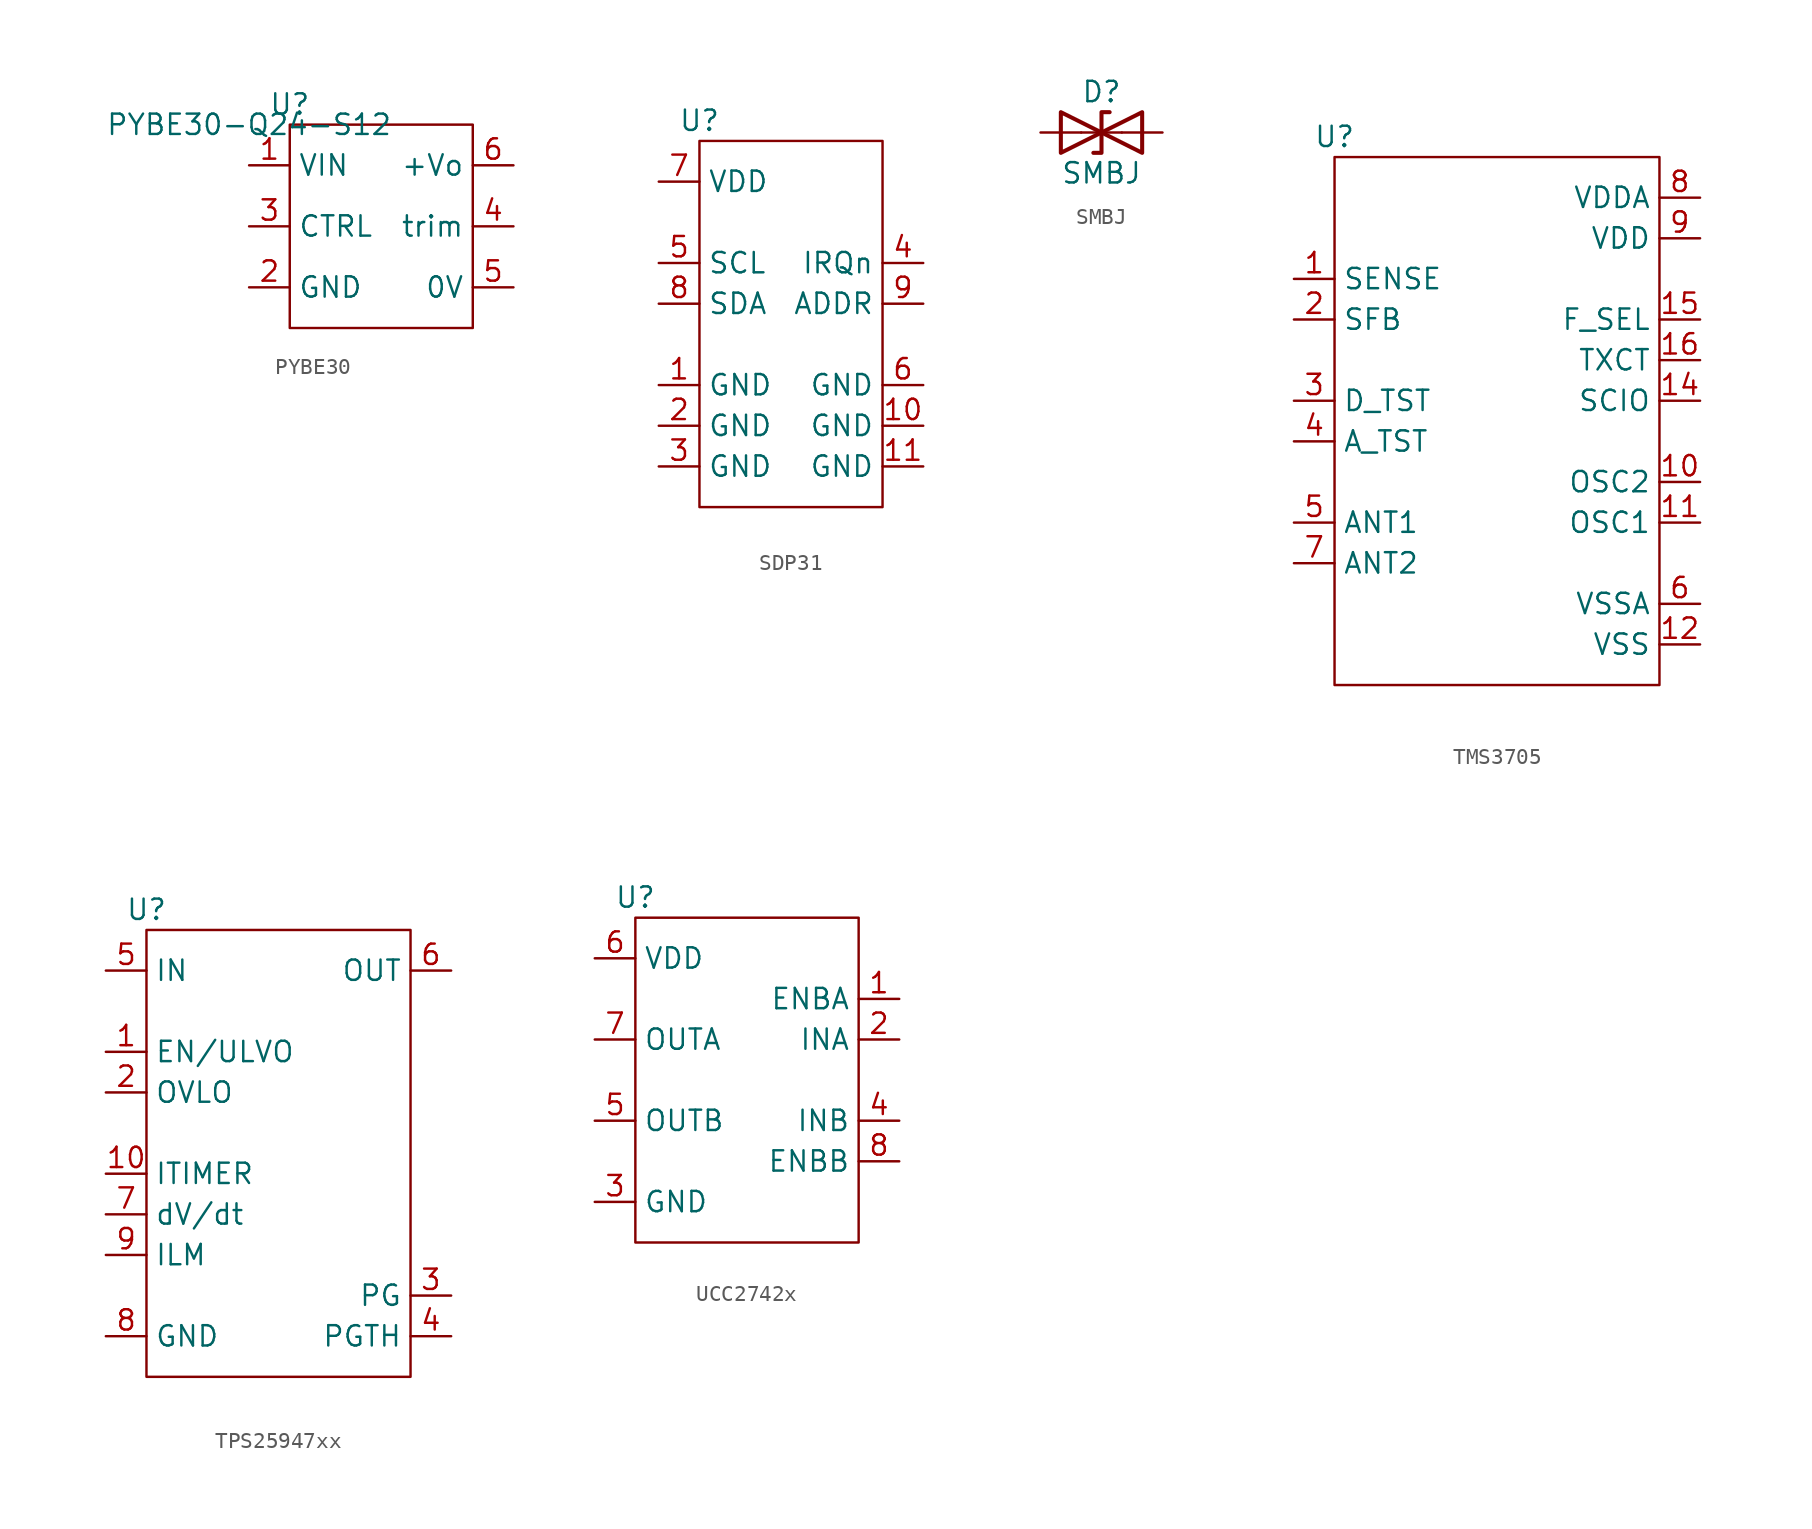
<source format=kicad_sym>
(kicad_symbol_lib
  (version 20220914)
  (generator kicad_symbol_editor)
  (symbol "PYBE30"
    (property "Reference" "U"
      (at 0 0 0)
      (effects (font (size 1.27 1.27))))
    (property "Value" "PYBE30-Q24-S12"
      (at -2.54 -1.27 0)
      (effects (font (size 1.27 1.27))))
    (symbol "PYBE30_0_1"
      (rectangle (start 0 -1.27) (end 11.43 -13.97) (stroke (width 0) (type default)) (fill (type none))))
    (symbol "PYBE30_1_1"
      (pin power_in line (at -2.54 -3.81 0) (length 2.54) (name "VIN" (effects (font (size 1.27 1.27)))) (number "1" (effects (font (size 1.27 1.27)))))
      (pin power_out line (at -2.54 -11.43 0) (length 2.54) (name "GND" (effects (font (size 1.27 1.27)))) (number "2" (effects (font (size 1.27 1.27)))))
      (pin input line (at -2.54 -7.62 0) (length 2.54) (name "CTRL" (effects (font (size 1.27 1.27)))) (number "3" (effects (font (size 1.27 1.27)))))
      (pin input line (at 13.97 -7.62 180) (length 2.54) (name "trim" (effects (font (size 1.27 1.27)))) (number "4" (effects (font (size 1.27 1.27)))))
      (pin power_in line (at 13.97 -11.43 180) (length 2.54) (name "0V" (effects (font (size 1.27 1.27)))) (number "5" (effects (font (size 1.27 1.27)))))
      (pin power_out line (at 13.97 -3.81 180) (length 2.54) (name "+Vo" (effects (font (size 1.27 1.27)))) (number "6" (effects (font (size 1.27 1.27)))))))
  (symbol "SDP31"
    (property "Reference" "U"
      (at 0 0 0)
      (effects (font (size 1.27 1.27))))
    (property "Value" ""
      (at 0 0 0)
      (effects (font (size 1.27 1.27))))
    (symbol "SDP31_0_1"
      (rectangle (start 0 -1.27) (end 11.43 -24.13) (stroke (width 0) (type default)) (fill (type none))))
    (symbol "SDP31_1_1"
      (pin power_out line (at -2.54 -16.51 0) (length 2.54) (name "GND" (effects (font (size 1.27 1.27)))) (number "1" (effects (font (size 1.27 1.27)))))
      (pin power_out line (at 13.97 -19.05 180) (length 2.54) (name "GND" (effects (font (size 1.27 1.27)))) (number "10" (effects (font (size 1.27 1.27)))))
      (pin power_out line (at 13.97 -21.59 180) (length 2.54) (name "GND" (effects (font (size 1.27 1.27)))) (number "11" (effects (font (size 1.27 1.27)))))
      (pin no_connect line (at 13.97 -3.81 180) (length 2.54) hide (name "NC" (effects (font (size 1.27 1.27)))) (number "12" (effects (font (size 1.27 1.27)))))
      (pin no_connect line (at 13.97 -3.81 180) (length 2.54) hide (name "NC" (effects (font (size 1.27 1.27)))) (number "13" (effects (font (size 1.27 1.27)))))
      (pin no_connect line (at 13.97 -3.81 180) (length 2.54) hide (name "NC" (effects (font (size 1.27 1.27)))) (number "14" (effects (font (size 1.27 1.27)))))
      (pin no_connect line (at 13.97 -3.81 180) (length 2.54) hide (name "NC" (effects (font (size 1.27 1.27)))) (number "15" (effects (font (size 1.27 1.27)))))
      (pin no_connect line (at 13.97 -3.81 180) (length 2.54) hide (name "NC" (effects (font (size 1.27 1.27)))) (number "16" (effects (font (size 1.27 1.27)))))
      (pin power_out line (at -2.54 -19.05 0) (length 2.54) (name "GND" (effects (font (size 1.27 1.27)))) (number "2" (effects (font (size 1.27 1.27)))))
      (pin power_out line (at -2.54 -21.59 0) (length 2.54) (name "GND" (effects (font (size 1.27 1.27)))) (number "3" (effects (font (size 1.27 1.27)))))
      (pin output line (at 13.97 -8.89 180) (length 2.54) (name "IRQn" (effects (font (size 1.27 1.27)))) (number "4" (effects (font (size 1.27 1.27)))))
      (pin input line (at -2.54 -8.89 0) (length 2.54) (name "SCL" (effects (font (size 1.27 1.27)))) (number "5" (effects (font (size 1.27 1.27)))))
      (pin power_out line (at 13.97 -16.51 180) (length 2.54) (name "GND" (effects (font (size 1.27 1.27)))) (number "6" (effects (font (size 1.27 1.27)))))
      (pin power_in line (at -2.54 -3.81 0) (length 2.54) (name "VDD" (effects (font (size 1.27 1.27)))) (number "7" (effects (font (size 1.27 1.27)))))
      (pin bidirectional line (at -2.54 -11.43 0) (length 2.54) (name "SDA" (effects (font (size 1.27 1.27)))) (number "8" (effects (font (size 1.27 1.27)))))
      (pin input line (at 13.97 -11.43 180) (length 2.54) (name "ADDR" (effects (font (size 1.27 1.27)))) (number "9" (effects (font (size 1.27 1.27)))))))
  (symbol "SMBJ"
    (pin_numbers hide)
    (pin_names
      (offset 1.016) hide)
    (property "Reference" "D"
      (at 0 2.54 0)
      (effects (font (size 1.27 1.27))))
    (property "Value" "SMBJ"
      (at 0 -2.54 0)
      (effects (font (size 1.27 1.27))))
    (symbol "SMBJ_0_1"
      (polyline (pts (xy 1.27 0) (xy -1.27 0)) (stroke (width 0) (type default)) (fill (type none)))
      (polyline (pts (xy -2.54 -1.27) (xy 0 0) (xy -2.54 1.27) (xy -2.54 -1.27)) (stroke (width 0.254) (type default)) (fill (type none)))
      (polyline (pts (xy 0.508 1.27) (xy 0 1.27) (xy 0 -1.27) (xy -0.508 -1.27)) (stroke (width 0.254) (type default)) (fill (type none)))
      (polyline (pts (xy 2.54 1.27) (xy 2.54 -1.27) (xy 0 0) (xy 2.54 1.27)) (stroke (width 0.254) (type default)) (fill (type none))))
    (symbol "SMBJ_1_1"
      (pin passive line (at -3.81 0 0) (length 2.54) (name "A1" (effects (font (size 1.27 1.27)))) (number "1" (effects (font (size 1.27 1.27)))))
      (pin passive line (at 3.81 0 180) (length 2.54) (name "A2" (effects (font (size 1.27 1.27)))) (number "2" (effects (font (size 1.27 1.27)))))))
  (symbol "TMS3705"
    (property "Reference" "U"
      (at 0 0 0)
      (effects (font (size 1.27 1.27))))
    (property "Value" ""
      (at 0 0 0)
      (effects (font (size 1.27 1.27))))
    (symbol "TMS3705_0_1"
      (rectangle (start 0 -1.27) (end 20.32 -34.29) (stroke (width 0) (type default)) (fill (type none))))
    (symbol "TMS3705_1_1"
      (pin input line (at -2.54 -8.89 0) (length 2.54) (name "SENSE" (effects (font (size 1.27 1.27)))) (number "1" (effects (font (size 1.27 1.27)))))
      (pin output line (at 22.86 -21.59 180) (length 2.54) (name "OSC2" (effects (font (size 1.27 1.27)))) (number "10" (effects (font (size 1.27 1.27)))))
      (pin input line (at 22.86 -24.13 180) (length 2.54) (name "OSC1" (effects (font (size 1.27 1.27)))) (number "11" (effects (font (size 1.27 1.27)))))
      (pin power_in line (at 22.86 -31.75 180) (length 2.54) (name "VSS" (effects (font (size 1.27 1.27)))) (number "12" (effects (font (size 1.27 1.27)))))
      (pin no_connect line (at -2.54 -31.75 0) (length 2.54) hide (name "NC" (effects (font (size 1.27 1.27)))) (number "13" (effects (font (size 1.27 1.27)))))
      (pin output line (at 22.86 -16.51 180) (length 2.54) (name "SCIO" (effects (font (size 1.27 1.27)))) (number "14" (effects (font (size 1.27 1.27)))))
      (pin input line (at 22.86 -11.43 180) (length 2.54) (name "F_SEL" (effects (font (size 1.27 1.27)))) (number "15" (effects (font (size 1.27 1.27)))))
      (pin input line (at 22.86 -13.97 180) (length 2.54) (name "TXCT" (effects (font (size 1.27 1.27)))) (number "16" (effects (font (size 1.27 1.27)))))
      (pin output line (at -2.54 -11.43 0) (length 2.54) (name "SFB" (effects (font (size 1.27 1.27)))) (number "2" (effects (font (size 1.27 1.27)))))
      (pin output line (at -2.54 -16.51 0) (length 2.54) (name "D_TST" (effects (font (size 1.27 1.27)))) (number "3" (effects (font (size 1.27 1.27)))))
      (pin output line (at -2.54 -19.05 0) (length 2.54) (name "A_TST" (effects (font (size 1.27 1.27)))) (number "4" (effects (font (size 1.27 1.27)))))
      (pin output line (at -2.54 -24.13 0) (length 2.54) (name "ANT1" (effects (font (size 1.27 1.27)))) (number "5" (effects (font (size 1.27 1.27)))))
      (pin power_in line (at 22.86 -29.21 180) (length 2.54) (name "VSSA" (effects (font (size 1.27 1.27)))) (number "6" (effects (font (size 1.27 1.27)))))
      (pin output line (at -2.54 -26.67 0) (length 2.54) (name "ANT2" (effects (font (size 1.27 1.27)))) (number "7" (effects (font (size 1.27 1.27)))))
      (pin power_in line (at 22.86 -3.81 180) (length 2.54) (name "VDDA" (effects (font (size 1.27 1.27)))) (number "8" (effects (font (size 1.27 1.27)))))
      (pin power_in line (at 22.86 -6.35 180) (length 2.54) (name "VDD" (effects (font (size 1.27 1.27)))) (number "9" (effects (font (size 1.27 1.27)))))))
  (symbol "TPS25947xx"
    (property "Reference" "U"
      (at 0 0 0)
      (effects (font (size 1.27 1.27))))
    (property "Value" ""
      (at 0 0 0)
      (effects (font (size 1.27 1.27))))
    (symbol "TPS25947xx_0_1"
      (rectangle (start 0 -1.27) (end 16.51 -29.21) (stroke (width 0) (type default)) (fill (type none))))
    (symbol "TPS25947xx_1_1"
      (pin input line (at -2.54 -8.89 0) (length 2.54) (name "EN/ULVO" (effects (font (size 1.27 1.27)))) (number "1" (effects (font (size 1.27 1.27)))))
      (pin output line (at -2.54 -16.51 0) (length 2.54) (name "ITIMER" (effects (font (size 1.27 1.27)))) (number "10" (effects (font (size 1.27 1.27)))))
      (pin input line (at -2.54 -11.43 0) (length 2.54) (name "OVLO" (effects (font (size 1.27 1.27)))) (number "2" (effects (font (size 1.27 1.27)))))
      (pin output line (at 19.05 -24.13 180) (length 2.54) (name "PG" (effects (font (size 1.27 1.27)))) (number "3" (effects (font (size 1.27 1.27)))))
      (pin input line (at 19.05 -26.67 180) (length 2.54) (name "PGTH" (effects (font (size 1.27 1.27)))) (number "4" (effects (font (size 1.27 1.27)))))
      (pin power_in line (at -2.54 -3.81 0) (length 2.54) (name "IN" (effects (font (size 1.27 1.27)))) (number "5" (effects (font (size 1.27 1.27)))))
      (pin power_out line (at 19.05 -3.81 180) (length 2.54) (name "OUT" (effects (font (size 1.27 1.27)))) (number "6" (effects (font (size 1.27 1.27)))))
      (pin output line (at -2.54 -19.05 0) (length 2.54) (name "dV/dt" (effects (font (size 1.27 1.27)))) (number "7" (effects (font (size 1.27 1.27)))))
      (pin power_out line (at -2.54 -26.67 0) (length 2.54) (name "GND" (effects (font (size 1.27 1.27)))) (number "8" (effects (font (size 1.27 1.27)))))
      (pin output line (at -2.54 -21.59 0) (length 2.54) (name "ILM" (effects (font (size 1.27 1.27)))) (number "9" (effects (font (size 1.27 1.27)))))))
  (symbol "UCC2742x"
    (property "Reference" "U"
      (at 0 0 0)
      (effects (font (size 1.27 1.27))))
    (property "Value" ""
      (at 0 0 0)
      (effects (font (size 1.27 1.27))))
    (symbol "UCC2742x_0_1"
      (rectangle (start 0 -1.27) (end 13.97 -21.59) (stroke (width 0) (type default)) (fill (type none))))
    (symbol "UCC2742x_1_1"
      (pin input line (at 16.51 -6.35 180) (length 2.54) (name "ENBA" (effects (font (size 1.27 1.27)))) (number "1" (effects (font (size 1.27 1.27)))))
      (pin input line (at 16.51 -8.89 180) (length 2.54) (name "INA" (effects (font (size 1.27 1.27)))) (number "2" (effects (font (size 1.27 1.27)))))
      (pin power_in line (at -2.54 -19.05 0) (length 2.54) (name "GND" (effects (font (size 1.27 1.27)))) (number "3" (effects (font (size 1.27 1.27)))))
      (pin input line (at 16.51 -13.97 180) (length 2.54) (name "INB" (effects (font (size 1.27 1.27)))) (number "4" (effects (font (size 1.27 1.27)))))
      (pin output line (at -2.54 -13.97 0) (length 2.54) (name "OUTB" (effects (font (size 1.27 1.27)))) (number "5" (effects (font (size 1.27 1.27)))))
      (pin power_in line (at -2.54 -3.81 0) (length 2.54) (name "VDD" (effects (font (size 1.27 1.27)))) (number "6" (effects (font (size 1.27 1.27)))))
      (pin output line (at -2.54 -8.89 0) (length 2.54) (name "OUTA" (effects (font (size 1.27 1.27)))) (number "7" (effects (font (size 1.27 1.27)))))
      (pin input line (at 16.51 -16.51 180) (length 2.54) (name "ENBB" (effects (font (size 1.27 1.27)))) (number "8" (effects (font (size 1.27 1.27))))))))
</source>
